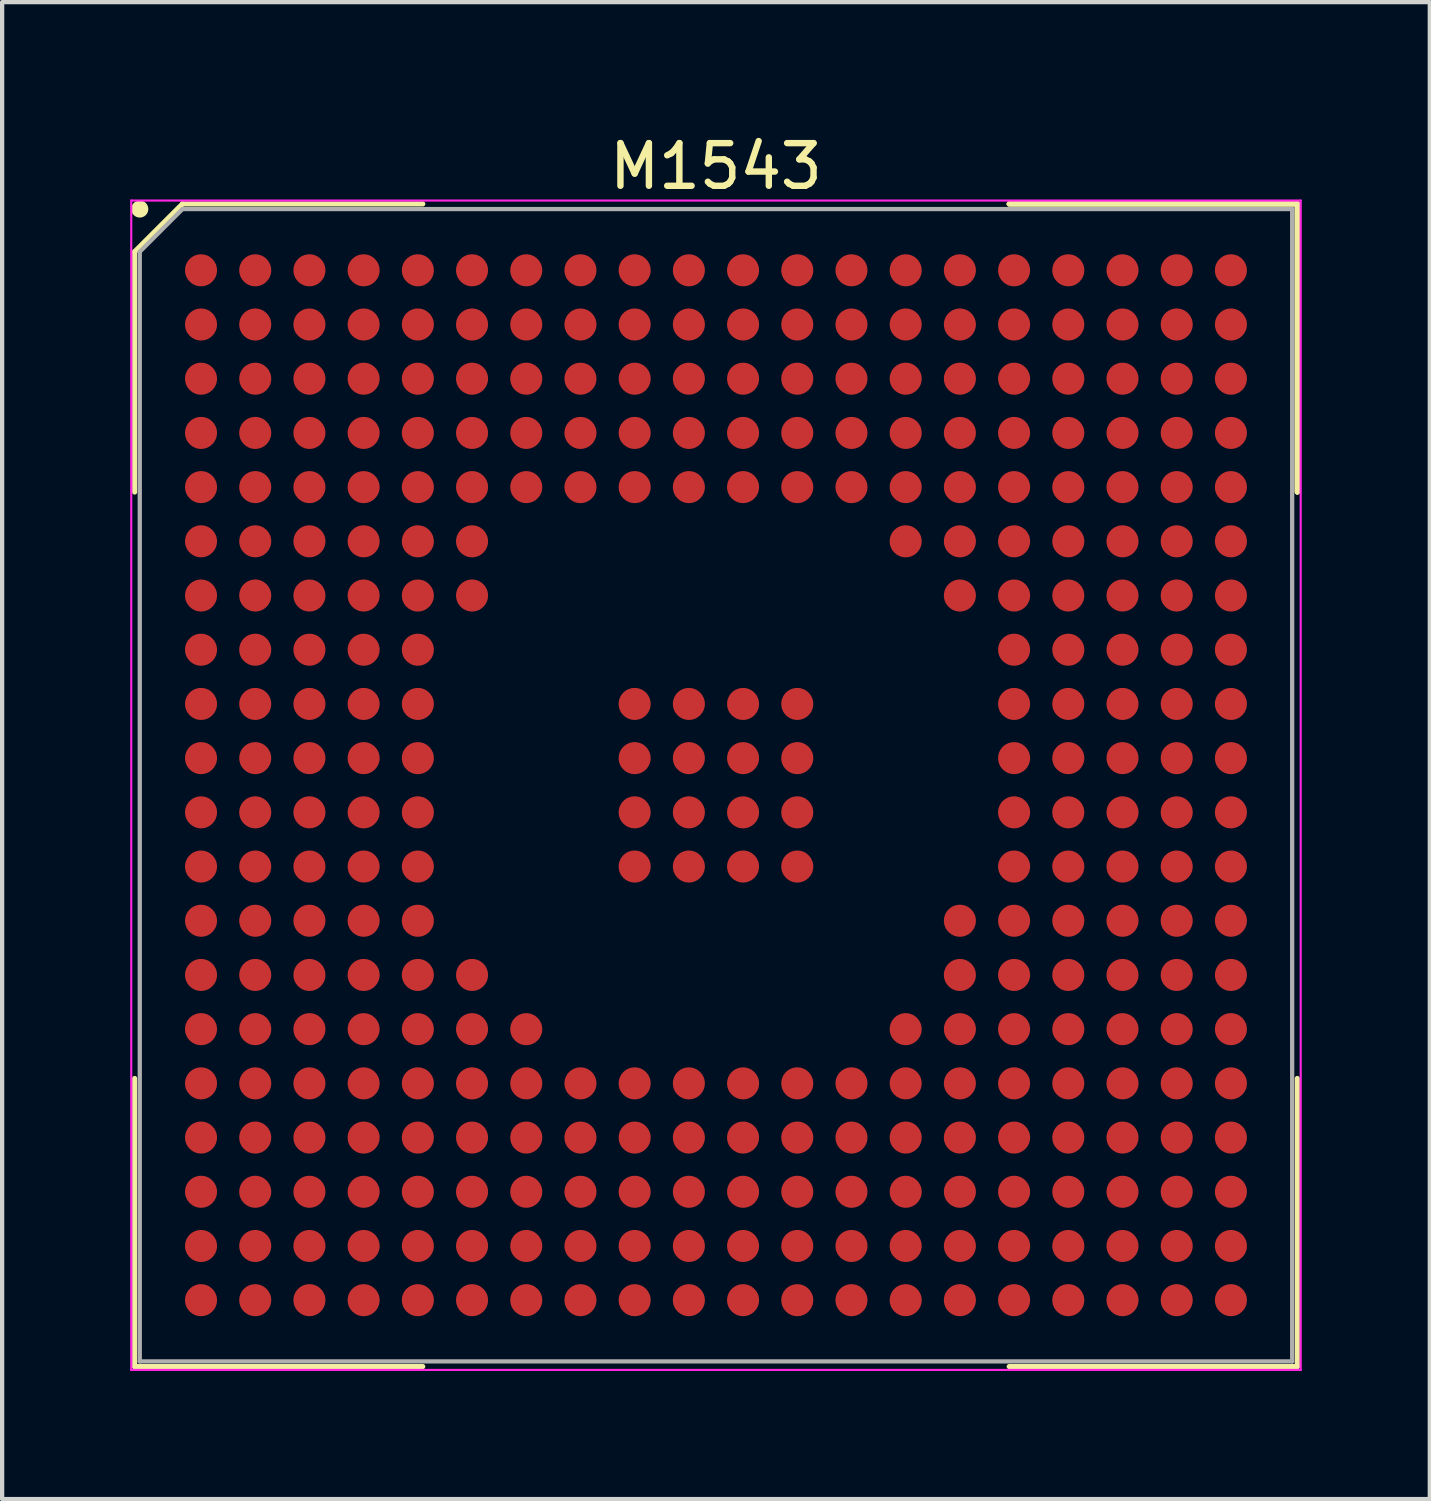
<source format=kicad_pcb>
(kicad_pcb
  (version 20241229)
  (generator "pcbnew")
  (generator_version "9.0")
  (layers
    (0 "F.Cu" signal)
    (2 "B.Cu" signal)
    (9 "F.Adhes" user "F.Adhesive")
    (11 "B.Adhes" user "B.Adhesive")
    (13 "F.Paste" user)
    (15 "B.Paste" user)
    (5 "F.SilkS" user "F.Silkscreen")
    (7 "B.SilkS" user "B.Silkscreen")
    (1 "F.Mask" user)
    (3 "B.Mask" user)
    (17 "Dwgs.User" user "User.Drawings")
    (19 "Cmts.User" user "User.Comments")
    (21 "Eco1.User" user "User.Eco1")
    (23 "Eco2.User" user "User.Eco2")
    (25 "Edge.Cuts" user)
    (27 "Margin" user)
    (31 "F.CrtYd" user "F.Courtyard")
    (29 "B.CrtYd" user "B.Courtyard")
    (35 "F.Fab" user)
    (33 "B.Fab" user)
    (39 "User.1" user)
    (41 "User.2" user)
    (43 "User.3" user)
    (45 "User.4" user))
  (footprint "M1543"
    (layer "F.Cu")
    (at 13.725 15.348)
    (property "Reference" "M1543" (at 0 -14.5 0) (layer "F.SilkS") (effects (font (size 1 1) (thickness 0.15))))
    (attr smd)
    (fp_line (start -13.62 -12.5) (end -13.62 -6.87) (stroke (width 0.12) (type solid)) (layer "F.SilkS"))
    (fp_line (start -13.62 13.62) (end -13.62 6.87) (stroke (width 0.12) (type solid)) (layer "F.SilkS"))
    (fp_line (start -12.5 -13.62) (end -13.62 -12.5) (stroke (width 0.12) (type solid)) (layer "F.SilkS"))
    (fp_line (start -6.87 -13.62) (end -12.5 -13.62) (stroke (width 0.12) (type solid)) (layer "F.SilkS"))
    (fp_line (start -6.87 13.62) (end -13.62 13.62) (stroke (width 0.12) (type solid)) (layer "F.SilkS"))
    (fp_line (start 6.87 -13.62) (end 13.62 -13.62) (stroke (width 0.12) (type solid)) (layer "F.SilkS"))
    (fp_line (start 6.87 -13.62) (end 13.62 -13.62) (stroke (width 0.12) (type solid)) (layer "F.SilkS"))
    (fp_line (start 6.87 -13.62) (end 13.62 -13.62) (stroke (width 0.12) (type solid)) (layer "F.SilkS"))
    (fp_line (start 6.87 13.62) (end 13.62 13.62) (stroke (width 0.12) (type solid)) (layer "F.SilkS"))
    (fp_line (start 13.62 -13.62) (end 13.62 -6.87) (stroke (width 0.12) (type solid)) (layer "F.SilkS"))
    (fp_line (start 13.62 -13.62) (end 13.62 -6.87) (stroke (width 0.12) (type solid)) (layer "F.SilkS"))
    (fp_line (start 13.62 -13.62) (end 13.62 -6.87) (stroke (width 0.12) (type solid)) (layer "F.SilkS"))
    (fp_line (start 13.62 13.62) (end 13.62 6.87) (stroke (width 0.12) (type solid)) (layer "F.SilkS"))
    (fp_circle (center -13.5 -13.5) (end -13.5 -13.4) (stroke (width 0.2) (type solid)) (fill no) (layer "F.SilkS"))
    (fp_line (start -13.7 -13.7) (end 13.7 -13.7) (stroke (width 0.05) (type solid)) (layer "F.CrtYd"))
    (fp_line (start -13.7 13.7) (end -13.7 -13.7) (stroke (width 0.05) (type solid)) (layer "F.CrtYd"))
    (fp_line (start 13.7 -13.7) (end 13.7 13.7) (stroke (width 0.05) (type solid)) (layer "F.CrtYd"))
    (fp_line (start 13.7 13.7) (end -13.7 13.7) (stroke (width 0.05) (type solid)) (layer "F.CrtYd"))
    (fp_line (start -13.5 -12.5) (end -13.5 13.5) (stroke (width 0.1) (type solid)) (layer "F.Fab"))
    (fp_line (start -13.5 13.5) (end 13.5 13.5) (stroke (width 0.1) (type solid)) (layer "F.Fab"))
    (fp_line (start -12.5 -13.5) (end -13.5 -12.5) (stroke (width 0.1) (type solid)) (layer "F.Fab"))
    (fp_line (start 13.5 -13.5) (end -12.5 -13.5) (stroke (width 0.1) (type solid)) (layer "F.Fab"))
    (fp_line (start 13.5 13.5) (end 13.5 -13.5) (stroke (width 0.1) (type solid)) (layer "F.Fab"))
    (pad "A1" smd circle (at -12.065 -12.065) (size 0.75 0.75) (layers "F.Cu" "F.Mask" "F.Paste"))
    (pad "A2" smd circle (at -10.795 -12.065) (size 0.75 0.75) (layers "F.Cu" "F.Mask" "F.Paste"))
    (pad "A3" smd circle (at -9.525 -12.065) (size 0.75 0.75) (layers "F.Cu" "F.Mask" "F.Paste"))
    (pad "A4" smd circle (at -8.255 -12.065) (size 0.75 0.75) (layers "F.Cu" "F.Mask" "F.Paste"))
    (pad "A5" smd circle (at -6.985 -12.065) (size 0.75 0.75) (layers "F.Cu" "F.Mask" "F.Paste"))
    (pad "A6" smd circle (at -5.715 -12.065) (size 0.75 0.75) (layers "F.Cu" "F.Mask" "F.Paste"))
    (pad "A7" smd circle (at -4.445 -12.065) (size 0.75 0.75) (layers "F.Cu" "F.Mask" "F.Paste"))
    (pad "A8" smd circle (at -3.175 -12.065) (size 0.75 0.75) (layers "F.Cu" "F.Mask" "F.Paste"))
    (pad "A9" smd circle (at -1.905 -12.065) (size 0.75 0.75) (layers "F.Cu" "F.Mask" "F.Paste"))
    (pad "A10" smd circle (at -0.635 -12.065) (size 0.75 0.75) (layers "F.Cu" "F.Mask" "F.Paste"))
    (pad "A11" smd circle (at 0.635 -12.065) (size 0.75 0.75) (layers "F.Cu" "F.Mask" "F.Paste"))
    (pad "A12" smd circle (at 1.905 -12.065) (size 0.75 0.75) (layers "F.Cu" "F.Mask" "F.Paste"))
    (pad "A13" smd circle (at 3.175 -12.065) (size 0.75 0.75) (layers "F.Cu" "F.Mask" "F.Paste"))
    (pad "A14" smd circle (at 4.445 -12.065) (size 0.75 0.75) (layers "F.Cu" "F.Mask" "F.Paste"))
    (pad "A15" smd circle (at 5.715 -12.065) (size 0.75 0.75) (layers "F.Cu" "F.Mask" "F.Paste"))
    (pad "A16" smd circle (at 6.985 -12.065) (size 0.75 0.75) (layers "F.Cu" "F.Mask" "F.Paste"))
    (pad "A17" smd circle (at 8.255 -12.065) (size 0.75 0.75) (layers "F.Cu" "F.Mask" "F.Paste"))
    (pad "A18" smd circle (at 9.525 -12.065) (size 0.75 0.75) (layers "F.Cu" "F.Mask" "F.Paste"))
    (pad "A19" smd circle (at 10.795 -12.065) (size 0.75 0.75) (layers "F.Cu" "F.Mask" "F.Paste"))
    (pad "A20" smd circle (at 12.065 -12.065) (size 0.75 0.75) (layers "F.Cu" "F.Mask" "F.Paste"))
    (pad "B1" smd circle (at -12.065 -10.795) (size 0.75 0.75) (layers "F.Cu" "F.Mask" "F.Paste"))
    (pad "B2" smd circle (at -10.795 -10.795) (size 0.75 0.75) (layers "F.Cu" "F.Mask" "F.Paste"))
    (pad "B3" smd circle (at -9.525 -10.795) (size 0.75 0.75) (layers "F.Cu" "F.Mask" "F.Paste"))
    (pad "B4" smd circle (at -8.255 -10.795) (size 0.75 0.75) (layers "F.Cu" "F.Mask" "F.Paste"))
    (pad "B5" smd circle (at -6.985 -10.795) (size 0.75 0.75) (layers "F.Cu" "F.Mask" "F.Paste"))
    (pad "B6" smd circle (at -5.715 -10.795) (size 0.75 0.75) (layers "F.Cu" "F.Mask" "F.Paste"))
    (pad "B7" smd circle (at -4.445 -10.795) (size 0.75 0.75) (layers "F.Cu" "F.Mask" "F.Paste"))
    (pad "B8" smd circle (at -3.175 -10.795) (size 0.75 0.75) (layers "F.Cu" "F.Mask" "F.Paste"))
    (pad "B9" smd circle (at -1.905 -10.795) (size 0.75 0.75) (layers "F.Cu" "F.Mask" "F.Paste"))
    (pad "B10" smd circle (at -0.635 -10.795) (size 0.75 0.75) (layers "F.Cu" "F.Mask" "F.Paste"))
    (pad "B11" smd circle (at 0.635 -10.795) (size 0.75 0.75) (layers "F.Cu" "F.Mask" "F.Paste"))
    (pad "B12" smd circle (at 1.905 -10.795) (size 0.75 0.75) (layers "F.Cu" "F.Mask" "F.Paste"))
    (pad "B13" smd circle (at 3.175 -10.795) (size 0.75 0.75) (layers "F.Cu" "F.Mask" "F.Paste"))
    (pad "B14" smd circle (at 4.445 -10.795) (size 0.75 0.75) (layers "F.Cu" "F.Mask" "F.Paste"))
    (pad "B15" smd circle (at 5.715 -10.795) (size 0.75 0.75) (layers "F.Cu" "F.Mask" "F.Paste"))
    (pad "B16" smd circle (at 6.985 -10.795) (size 0.75 0.75) (layers "F.Cu" "F.Mask" "F.Paste"))
    (pad "B17" smd circle (at 8.255 -10.795) (size 0.75 0.75) (layers "F.Cu" "F.Mask" "F.Paste"))
    (pad "B18" smd circle (at 9.525 -10.795) (size 0.75 0.75) (layers "F.Cu" "F.Mask" "F.Paste"))
    (pad "B19" smd circle (at 10.795 -10.795) (size 0.75 0.75) (layers "F.Cu" "F.Mask" "F.Paste"))
    (pad "B20" smd circle (at 12.065 -10.795) (size 0.75 0.75) (layers "F.Cu" "F.Mask" "F.Paste"))
    (pad "C1" smd circle (at -12.065 -9.525) (size 0.75 0.75) (layers "F.Cu" "F.Mask" "F.Paste"))
    (pad "C2" smd circle (at -10.795 -9.525) (size 0.75 0.75) (layers "F.Cu" "F.Mask" "F.Paste"))
    (pad "C3" smd circle (at -9.525 -9.525) (size 0.75 0.75) (layers "F.Cu" "F.Mask" "F.Paste"))
    (pad "C4" smd circle (at -8.255 -9.525) (size 0.75 0.75) (layers "F.Cu" "F.Mask" "F.Paste"))
    (pad "C5" smd circle (at -6.985 -9.525) (size 0.75 0.75) (layers "F.Cu" "F.Mask" "F.Paste"))
    (pad "C6" smd circle (at -5.715 -9.525) (size 0.75 0.75) (layers "F.Cu" "F.Mask" "F.Paste"))
    (pad "C7" smd circle (at -4.445 -9.525) (size 0.75 0.75) (layers "F.Cu" "F.Mask" "F.Paste"))
    (pad "C8" smd circle (at -3.175 -9.525) (size 0.75 0.75) (layers "F.Cu" "F.Mask" "F.Paste"))
    (pad "C9" smd circle (at -1.905 -9.525) (size 0.75 0.75) (layers "F.Cu" "F.Mask" "F.Paste"))
    (pad "C10" smd circle (at -0.635 -9.525) (size 0.75 0.75) (layers "F.Cu" "F.Mask" "F.Paste"))
    (pad "C11" smd circle (at 0.635 -9.525) (size 0.75 0.75) (layers "F.Cu" "F.Mask" "F.Paste"))
    (pad "C12" smd circle (at 1.905 -9.525) (size 0.75 0.75) (layers "F.Cu" "F.Mask" "F.Paste"))
    (pad "C13" smd circle (at 3.175 -9.525) (size 0.75 0.75) (layers "F.Cu" "F.Mask" "F.Paste"))
    (pad "C14" smd circle (at 4.445 -9.525) (size 0.75 0.75) (layers "F.Cu" "F.Mask" "F.Paste"))
    (pad "C15" smd circle (at 5.715 -9.525) (size 0.75 0.75) (layers "F.Cu" "F.Mask" "F.Paste"))
    (pad "C16" smd circle (at 6.985 -9.525) (size 0.75 0.75) (layers "F.Cu" "F.Mask" "F.Paste"))
    (pad "C17" smd circle (at 8.255 -9.525) (size 0.75 0.75) (layers "F.Cu" "F.Mask" "F.Paste"))
    (pad "C18" smd circle (at 9.525 -9.525) (size 0.75 0.75) (layers "F.Cu" "F.Mask" "F.Paste"))
    (pad "C19" smd circle (at 10.795 -9.525) (size 0.75 0.75) (layers "F.Cu" "F.Mask" "F.Paste"))
    (pad "C20" smd circle (at 12.065 -9.525) (size 0.75 0.75) (layers "F.Cu" "F.Mask" "F.Paste"))
    (pad "D1" smd circle (at -12.065 -8.255) (size 0.75 0.75) (layers "F.Cu" "F.Mask" "F.Paste"))
    (pad "D2" smd circle (at -10.795 -8.255) (size 0.75 0.75) (layers "F.Cu" "F.Mask" "F.Paste"))
    (pad "D3" smd circle (at -9.525 -8.255) (size 0.75 0.75) (layers "F.Cu" "F.Mask" "F.Paste"))
    (pad "D4" smd circle (at -8.255 -8.255) (size 0.75 0.75) (layers "F.Cu" "F.Mask" "F.Paste"))
    (pad "D5" smd circle (at -6.985 -8.255) (size 0.75 0.75) (layers "F.Cu" "F.Mask" "F.Paste"))
    (pad "D6" smd circle (at -5.715 -8.255) (size 0.75 0.75) (layers "F.Cu" "F.Mask" "F.Paste"))
    (pad "D7" smd circle (at -4.445 -8.255) (size 0.75 0.75) (layers "F.Cu" "F.Mask" "F.Paste"))
    (pad "D8" smd circle (at -3.175 -8.255) (size 0.75 0.75) (layers "F.Cu" "F.Mask" "F.Paste"))
    (pad "D9" smd circle (at -1.905 -8.255) (size 0.75 0.75) (layers "F.Cu" "F.Mask" "F.Paste"))
    (pad "D10" smd circle (at -0.635 -8.255) (size 0.75 0.75) (layers "F.Cu" "F.Mask" "F.Paste"))
    (pad "D11" smd circle (at 0.635 -8.255) (size 0.75 0.75) (layers "F.Cu" "F.Mask" "F.Paste"))
    (pad "D12" smd circle (at 1.905 -8.255) (size 0.75 0.75) (layers "F.Cu" "F.Mask" "F.Paste"))
    (pad "D13" smd circle (at 3.175 -8.255) (size 0.75 0.75) (layers "F.Cu" "F.Mask" "F.Paste"))
    (pad "D14" smd circle (at 4.445 -8.255) (size 0.75 0.75) (layers "F.Cu" "F.Mask" "F.Paste"))
    (pad "D15" smd circle (at 5.715 -8.255) (size 0.75 0.75) (layers "F.Cu" "F.Mask" "F.Paste"))
    (pad "D16" smd circle (at 6.985 -8.255) (size 0.75 0.75) (layers "F.Cu" "F.Mask" "F.Paste"))
    (pad "D17" smd circle (at 8.255 -8.255) (size 0.75 0.75) (layers "F.Cu" "F.Mask" "F.Paste"))
    (pad "D18" smd circle (at 9.525 -8.255) (size 0.75 0.75) (layers "F.Cu" "F.Mask" "F.Paste"))
    (pad "D19" smd circle (at 10.795 -8.255) (size 0.75 0.75) (layers "F.Cu" "F.Mask" "F.Paste"))
    (pad "D20" smd circle (at 12.065 -8.255) (size 0.75 0.75) (layers "F.Cu" "F.Mask" "F.Paste"))
    (pad "E1" smd circle (at -12.065 -6.985) (size 0.75 0.75) (layers "F.Cu" "F.Mask" "F.Paste"))
    (pad "E2" smd circle (at -10.795 -6.985) (size 0.75 0.75) (layers "F.Cu" "F.Mask" "F.Paste"))
    (pad "E3" smd circle (at -9.525 -6.985) (size 0.75 0.75) (layers "F.Cu" "F.Mask" "F.Paste"))
    (pad "E4" smd circle (at -8.255 -6.985) (size 0.75 0.75) (layers "F.Cu" "F.Mask" "F.Paste"))
    (pad "E5" smd circle (at -6.985 -6.985) (size 0.75 0.75) (layers "F.Cu" "F.Mask" "F.Paste"))
    (pad "E6" smd circle (at -5.715 -6.985) (size 0.75 0.75) (layers "F.Cu" "F.Mask" "F.Paste"))
    (pad "E7" smd circle (at -4.445 -6.985) (size 0.75 0.75) (layers "F.Cu" "F.Mask" "F.Paste"))
    (pad "E8" smd circle (at -3.175 -6.985) (size 0.75 0.75) (layers "F.Cu" "F.Mask" "F.Paste"))
    (pad "E9" smd circle (at -1.905 -6.985) (size 0.75 0.75) (layers "F.Cu" "F.Mask" "F.Paste"))
    (pad "E10" smd circle (at -0.635 -6.985) (size 0.75 0.75) (layers "F.Cu" "F.Mask" "F.Paste"))
    (pad "E11" smd circle (at 0.635 -6.985) (size 0.75 0.75) (layers "F.Cu" "F.Mask" "F.Paste"))
    (pad "E12" smd circle (at 1.905 -6.985) (size 0.75 0.75) (layers "F.Cu" "F.Mask" "F.Paste"))
    (pad "E13" smd circle (at 3.175 -6.985) (size 0.75 0.75) (layers "F.Cu" "F.Mask" "F.Paste"))
    (pad "E14" smd circle (at 4.445 -6.985) (size 0.75 0.75) (layers "F.Cu" "F.Mask" "F.Paste"))
    (pad "E15" smd circle (at 5.715 -6.985) (size 0.75 0.75) (layers "F.Cu" "F.Mask" "F.Paste"))
    (pad "E16" smd circle (at 6.985 -6.985) (size 0.75 0.75) (layers "F.Cu" "F.Mask" "F.Paste"))
    (pad "E17" smd circle (at 8.255 -6.985) (size 0.75 0.75) (layers "F.Cu" "F.Mask" "F.Paste"))
    (pad "E18" smd circle (at 9.525 -6.985) (size 0.75 0.75) (layers "F.Cu" "F.Mask" "F.Paste"))
    (pad "E19" smd circle (at 10.795 -6.985) (size 0.75 0.75) (layers "F.Cu" "F.Mask" "F.Paste"))
    (pad "E20" smd circle (at 12.065 -6.985) (size 0.75 0.75) (layers "F.Cu" "F.Mask" "F.Paste"))
    (pad "F1" smd circle (at -12.065 -5.715) (size 0.75 0.75) (layers "F.Cu" "F.Mask" "F.Paste"))
    (pad "F2" smd circle (at -10.795 -5.715) (size 0.75 0.75) (layers "F.Cu" "F.Mask" "F.Paste"))
    (pad "F3" smd circle (at -9.525 -5.715) (size 0.75 0.75) (layers "F.Cu" "F.Mask" "F.Paste"))
    (pad "F4" smd circle (at -8.255 -5.715) (size 0.75 0.75) (layers "F.Cu" "F.Mask" "F.Paste"))
    (pad "F5" smd circle (at -6.985 -5.715) (size 0.75 0.75) (layers "F.Cu" "F.Mask" "F.Paste"))
    (pad "F6" smd circle (at -5.715 -5.715) (size 0.75 0.75) (layers "F.Cu" "F.Mask" "F.Paste"))
    (pad "F14" smd circle (at 4.445 -5.715) (size 0.75 0.75) (layers "F.Cu" "F.Mask" "F.Paste"))
    (pad "F15" smd circle (at 5.715 -5.715) (size 0.75 0.75) (layers "F.Cu" "F.Mask" "F.Paste"))
    (pad "F16" smd circle (at 6.985 -5.715) (size 0.75 0.75) (layers "F.Cu" "F.Mask" "F.Paste"))
    (pad "F17" smd circle (at 8.255 -5.715) (size 0.75 0.75) (layers "F.Cu" "F.Mask" "F.Paste"))
    (pad "F18" smd circle (at 9.525 -5.715) (size 0.75 0.75) (layers "F.Cu" "F.Mask" "F.Paste"))
    (pad "F19" smd circle (at 10.795 -5.715) (size 0.75 0.75) (layers "F.Cu" "F.Mask" "F.Paste"))
    (pad "F20" smd circle (at 12.065 -5.715) (size 0.75 0.75) (layers "F.Cu" "F.Mask" "F.Paste"))
    (pad "G1" smd circle (at -12.065 -4.445) (size 0.75 0.75) (layers "F.Cu" "F.Mask" "F.Paste"))
    (pad "G2" smd circle (at -10.795 -4.445) (size 0.75 0.75) (layers "F.Cu" "F.Mask" "F.Paste"))
    (pad "G3" smd circle (at -9.525 -4.445) (size 0.75 0.75) (layers "F.Cu" "F.Mask" "F.Paste"))
    (pad "G4" smd circle (at -8.255 -4.445) (size 0.75 0.75) (layers "F.Cu" "F.Mask" "F.Paste"))
    (pad "G5" smd circle (at -6.985 -4.445) (size 0.75 0.75) (layers "F.Cu" "F.Mask" "F.Paste"))
    (pad "G6" smd circle (at -5.715 -4.445) (size 0.75 0.75) (layers "F.Cu" "F.Mask" "F.Paste"))
    (pad "G15" smd circle (at 5.715 -4.445) (size 0.75 0.75) (layers "F.Cu" "F.Mask" "F.Paste"))
    (pad "G16" smd circle (at 6.985 -4.445) (size 0.75 0.75) (layers "F.Cu" "F.Mask" "F.Paste"))
    (pad "G17" smd circle (at 8.255 -4.445) (size 0.75 0.75) (layers "F.Cu" "F.Mask" "F.Paste"))
    (pad "G18" smd circle (at 9.525 -4.445) (size 0.75 0.75) (layers "F.Cu" "F.Mask" "F.Paste"))
    (pad "G19" smd circle (at 10.795 -4.445) (size 0.75 0.75) (layers "F.Cu" "F.Mask" "F.Paste"))
    (pad "G20" smd circle (at 12.065 -4.445) (size 0.75 0.75) (layers "F.Cu" "F.Mask" "F.Paste"))
    (pad "H1" smd circle (at -12.065 -3.175) (size 0.75 0.75) (layers "F.Cu" "F.Mask" "F.Paste"))
    (pad "H2" smd circle (at -10.795 -3.175) (size 0.75 0.75) (layers "F.Cu" "F.Mask" "F.Paste"))
    (pad "H3" smd circle (at -9.525 -3.175) (size 0.75 0.75) (layers "F.Cu" "F.Mask" "F.Paste"))
    (pad "H4" smd circle (at -8.255 -3.175) (size 0.75 0.75) (layers "F.Cu" "F.Mask" "F.Paste"))
    (pad "H5" smd circle (at -6.985 -3.175) (size 0.75 0.75) (layers "F.Cu" "F.Mask" "F.Paste"))
    (pad "H16" smd circle (at 6.985 -3.175) (size 0.75 0.75) (layers "F.Cu" "F.Mask" "F.Paste"))
    (pad "H17" smd circle (at 8.255 -3.175) (size 0.75 0.75) (layers "F.Cu" "F.Mask" "F.Paste"))
    (pad "H18" smd circle (at 9.525 -3.175) (size 0.75 0.75) (layers "F.Cu" "F.Mask" "F.Paste"))
    (pad "H19" smd circle (at 10.795 -3.175) (size 0.75 0.75) (layers "F.Cu" "F.Mask" "F.Paste"))
    (pad "H20" smd circle (at 12.065 -3.175) (size 0.75 0.75) (layers "F.Cu" "F.Mask" "F.Paste"))
    (pad "J1" smd circle (at -12.065 -1.905) (size 0.75 0.75) (layers "F.Cu" "F.Mask" "F.Paste"))
    (pad "J2" smd circle (at -10.795 -1.905) (size 0.75 0.75) (layers "F.Cu" "F.Mask" "F.Paste"))
    (pad "J3" smd circle (at -9.525 -1.905) (size 0.75 0.75) (layers "F.Cu" "F.Mask" "F.Paste"))
    (pad "J4" smd circle (at -8.255 -1.905) (size 0.75 0.75) (layers "F.Cu" "F.Mask" "F.Paste"))
    (pad "J5" smd circle (at -6.985 -1.905) (size 0.75 0.75) (layers "F.Cu" "F.Mask" "F.Paste"))
    (pad "J9" smd circle (at -1.905 -1.905) (size 0.75 0.75) (layers "F.Cu" "F.Mask" "F.Paste"))
    (pad "J10" smd circle (at -0.635 -1.905) (size 0.75 0.75) (layers "F.Cu" "F.Mask" "F.Paste"))
    (pad "J11" smd circle (at 0.635 -1.905) (size 0.75 0.75) (layers "F.Cu" "F.Mask" "F.Paste"))
    (pad "J12" smd circle (at 1.905 -1.905) (size 0.75 0.75) (layers "F.Cu" "F.Mask" "F.Paste"))
    (pad "J16" smd circle (at 6.985 -1.905) (size 0.75 0.75) (layers "F.Cu" "F.Mask" "F.Paste"))
    (pad "J17" smd circle (at 8.255 -1.905) (size 0.75 0.75) (layers "F.Cu" "F.Mask" "F.Paste"))
    (pad "J18" smd circle (at 9.525 -1.905) (size 0.75 0.75) (layers "F.Cu" "F.Mask" "F.Paste"))
    (pad "J19" smd circle (at 10.795 -1.905) (size 0.75 0.75) (layers "F.Cu" "F.Mask" "F.Paste"))
    (pad "J20" smd circle (at 12.065 -1.905) (size 0.75 0.75) (layers "F.Cu" "F.Mask" "F.Paste"))
    (pad "K1" smd circle (at -12.065 -0.635) (size 0.75 0.75) (layers "F.Cu" "F.Mask" "F.Paste"))
    (pad "K2" smd circle (at -10.795 -0.635) (size 0.75 0.75) (layers "F.Cu" "F.Mask" "F.Paste"))
    (pad "K3" smd circle (at -9.525 -0.635) (size 0.75 0.75) (layers "F.Cu" "F.Mask" "F.Paste"))
    (pad "K4" smd circle (at -8.255 -0.635) (size 0.75 0.75) (layers "F.Cu" "F.Mask" "F.Paste"))
    (pad "K5" smd circle (at -6.985 -0.635) (size 0.75 0.75) (layers "F.Cu" "F.Mask" "F.Paste"))
    (pad "K9" smd circle (at -1.905 -0.635) (size 0.75 0.75) (layers "F.Cu" "F.Mask" "F.Paste"))
    (pad "K10" smd circle (at -0.635 -0.635) (size 0.75 0.75) (layers "F.Cu" "F.Mask" "F.Paste"))
    (pad "K11" smd circle (at 0.635 -0.635) (size 0.75 0.75) (layers "F.Cu" "F.Mask" "F.Paste"))
    (pad "K12" smd circle (at 1.905 -0.635) (size 0.75 0.75) (layers "F.Cu" "F.Mask" "F.Paste"))
    (pad "K16" smd circle (at 6.985 -0.635) (size 0.75 0.75) (layers "F.Cu" "F.Mask" "F.Paste"))
    (pad "K17" smd circle (at 8.255 -0.635) (size 0.75 0.75) (layers "F.Cu" "F.Mask" "F.Paste"))
    (pad "K18" smd circle (at 9.525 -0.635) (size 0.75 0.75) (layers "F.Cu" "F.Mask" "F.Paste"))
    (pad "K19" smd circle (at 10.795 -0.635) (size 0.75 0.75) (layers "F.Cu" "F.Mask" "F.Paste"))
    (pad "K20" smd circle (at 12.065 -0.635) (size 0.75 0.75) (layers "F.Cu" "F.Mask" "F.Paste"))
    (pad "L1" smd circle (at -12.065 0.635) (size 0.75 0.75) (layers "F.Cu" "F.Mask" "F.Paste"))
    (pad "L2" smd circle (at -10.795 0.635) (size 0.75 0.75) (layers "F.Cu" "F.Mask" "F.Paste"))
    (pad "L3" smd circle (at -9.525 0.635) (size 0.75 0.75) (layers "F.Cu" "F.Mask" "F.Paste"))
    (pad "L4" smd circle (at -8.255 0.635) (size 0.75 0.75) (layers "F.Cu" "F.Mask" "F.Paste"))
    (pad "L5" smd circle (at -6.985 0.635) (size 0.75 0.75) (layers "F.Cu" "F.Mask" "F.Paste"))
    (pad "L9" smd circle (at -1.905 0.635) (size 0.75 0.75) (layers "F.Cu" "F.Mask" "F.Paste"))
    (pad "L10" smd circle (at -0.635 0.635) (size 0.75 0.75) (layers "F.Cu" "F.Mask" "F.Paste"))
    (pad "L11" smd circle (at 0.635 0.635) (size 0.75 0.75) (layers "F.Cu" "F.Mask" "F.Paste"))
    (pad "L12" smd circle (at 1.905 0.635) (size 0.75 0.75) (layers "F.Cu" "F.Mask" "F.Paste"))
    (pad "L16" smd circle (at 6.985 0.635) (size 0.75 0.75) (layers "F.Cu" "F.Mask" "F.Paste"))
    (pad "L17" smd circle (at 8.255 0.635) (size 0.75 0.75) (layers "F.Cu" "F.Mask" "F.Paste"))
    (pad "L18" smd circle (at 9.525 0.635) (size 0.75 0.75) (layers "F.Cu" "F.Mask" "F.Paste"))
    (pad "L19" smd circle (at 10.795 0.635) (size 0.75 0.75) (layers "F.Cu" "F.Mask" "F.Paste"))
    (pad "L20" smd circle (at 12.065 0.635) (size 0.75 0.75) (layers "F.Cu" "F.Mask" "F.Paste"))
    (pad "M1" smd circle (at -12.065 1.905) (size 0.75 0.75) (layers "F.Cu" "F.Mask" "F.Paste"))
    (pad "M2" smd circle (at -10.795 1.905) (size 0.75 0.75) (layers "F.Cu" "F.Mask" "F.Paste"))
    (pad "M3" smd circle (at -9.525 1.905) (size 0.75 0.75) (layers "F.Cu" "F.Mask" "F.Paste"))
    (pad "M4" smd circle (at -8.255 1.905) (size 0.75 0.75) (layers "F.Cu" "F.Mask" "F.Paste"))
    (pad "M5" smd circle (at -6.985 1.905) (size 0.75 0.75) (layers "F.Cu" "F.Mask" "F.Paste"))
    (pad "M9" smd circle (at -1.905 1.905) (size 0.75 0.75) (layers "F.Cu" "F.Mask" "F.Paste"))
    (pad "M10" smd circle (at -0.635 1.905) (size 0.75 0.75) (layers "F.Cu" "F.Mask" "F.Paste"))
    (pad "M11" smd circle (at 0.635 1.905) (size 0.75 0.75) (layers "F.Cu" "F.Mask" "F.Paste"))
    (pad "M12" smd circle (at 1.905 1.905) (size 0.75 0.75) (layers "F.Cu" "F.Mask" "F.Paste"))
    (pad "M16" smd circle (at 6.985 1.905) (size 0.75 0.75) (layers "F.Cu" "F.Mask" "F.Paste"))
    (pad "M17" smd circle (at 8.255 1.905) (size 0.75 0.75) (layers "F.Cu" "F.Mask" "F.Paste"))
    (pad "M18" smd circle (at 9.525 1.905) (size 0.75 0.75) (layers "F.Cu" "F.Mask" "F.Paste"))
    (pad "M19" smd circle (at 10.795 1.905) (size 0.75 0.75) (layers "F.Cu" "F.Mask" "F.Paste"))
    (pad "M20" smd circle (at 12.065 1.905) (size 0.75 0.75) (layers "F.Cu" "F.Mask" "F.Paste"))
    (pad "N1" smd circle (at -12.065 3.175) (size 0.75 0.75) (layers "F.Cu" "F.Mask" "F.Paste"))
    (pad "N2" smd circle (at -10.795 3.175) (size 0.75 0.75) (layers "F.Cu" "F.Mask" "F.Paste"))
    (pad "N3" smd circle (at -9.525 3.175) (size 0.75 0.75) (layers "F.Cu" "F.Mask" "F.Paste"))
    (pad "N4" smd circle (at -8.255 3.175) (size 0.75 0.75) (layers "F.Cu" "F.Mask" "F.Paste"))
    (pad "N5" smd circle (at -6.985 3.175) (size 0.75 0.75) (layers "F.Cu" "F.Mask" "F.Paste"))
    (pad "N15" smd circle (at 5.715 3.175) (size 0.75 0.75) (layers "F.Cu" "F.Mask" "F.Paste"))
    (pad "N16" smd circle (at 6.985 3.175) (size 0.75 0.75) (layers "F.Cu" "F.Mask" "F.Paste"))
    (pad "N17" smd circle (at 8.255 3.175) (size 0.75 0.75) (layers "F.Cu" "F.Mask" "F.Paste"))
    (pad "N18" smd circle (at 9.525 3.175) (size 0.75 0.75) (layers "F.Cu" "F.Mask" "F.Paste"))
    (pad "N19" smd circle (at 10.795 3.175) (size 0.75 0.75) (layers "F.Cu" "F.Mask" "F.Paste"))
    (pad "N20" smd circle (at 12.065 3.175) (size 0.75 0.75) (layers "F.Cu" "F.Mask" "F.Paste"))
    (pad "P1" smd circle (at -12.065 4.445) (size 0.75 0.75) (layers "F.Cu" "F.Mask" "F.Paste"))
    (pad "P2" smd circle (at -10.795 4.445) (size 0.75 0.75) (layers "F.Cu" "F.Mask" "F.Paste"))
    (pad "P3" smd circle (at -9.525 4.445) (size 0.75 0.75) (layers "F.Cu" "F.Mask" "F.Paste"))
    (pad "P4" smd circle (at -8.255 4.445) (size 0.75 0.75) (layers "F.Cu" "F.Mask" "F.Paste"))
    (pad "P5" smd circle (at -6.985 4.445) (size 0.75 0.75) (layers "F.Cu" "F.Mask" "F.Paste"))
    (pad "P6" smd circle (at -5.715 4.445) (size 0.75 0.75) (layers "F.Cu" "F.Mask" "F.Paste"))
    (pad "P15" smd circle (at 5.715 4.445) (size 0.75 0.75) (layers "F.Cu" "F.Mask" "F.Paste"))
    (pad "P16" smd circle (at 6.985 4.445) (size 0.75 0.75) (layers "F.Cu" "F.Mask" "F.Paste"))
    (pad "P17" smd circle (at 8.255 4.445) (size 0.75 0.75) (layers "F.Cu" "F.Mask" "F.Paste"))
    (pad "P18" smd circle (at 9.525 4.445) (size 0.75 0.75) (layers "F.Cu" "F.Mask" "F.Paste"))
    (pad "P19" smd circle (at 10.795 4.445) (size 0.75 0.75) (layers "F.Cu" "F.Mask" "F.Paste"))
    (pad "P20" smd circle (at 12.065 4.445) (size 0.75 0.75) (layers "F.Cu" "F.Mask" "F.Paste"))
    (pad "R1" smd circle (at -12.065 5.715) (size 0.75 0.75) (layers "F.Cu" "F.Mask" "F.Paste"))
    (pad "R2" smd circle (at -10.795 5.715) (size 0.75 0.75) (layers "F.Cu" "F.Mask" "F.Paste"))
    (pad "R3" smd circle (at -9.525 5.715) (size 0.75 0.75) (layers "F.Cu" "F.Mask" "F.Paste"))
    (pad "R4" smd circle (at -8.255 5.715) (size 0.75 0.75) (layers "F.Cu" "F.Mask" "F.Paste"))
    (pad "R5" smd circle (at -6.985 5.715) (size 0.75 0.75) (layers "F.Cu" "F.Mask" "F.Paste"))
    (pad "R6" smd circle (at -5.715 5.715) (size 0.75 0.75) (layers "F.Cu" "F.Mask" "F.Paste"))
    (pad "R7" smd circle (at -4.445 5.715) (size 0.75 0.75) (layers "F.Cu" "F.Mask" "F.Paste"))
    (pad "R14" smd circle (at 4.445 5.715) (size 0.75 0.75) (layers "F.Cu" "F.Mask" "F.Paste"))
    (pad "R15" smd circle (at 5.715 5.715) (size 0.75 0.75) (layers "F.Cu" "F.Mask" "F.Paste"))
    (pad "R16" smd circle (at 6.985 5.715) (size 0.75 0.75) (layers "F.Cu" "F.Mask" "F.Paste"))
    (pad "R17" smd circle (at 8.255 5.715) (size 0.75 0.75) (layers "F.Cu" "F.Mask" "F.Paste"))
    (pad "R18" smd circle (at 9.525 5.715) (size 0.75 0.75) (layers "F.Cu" "F.Mask" "F.Paste"))
    (pad "R19" smd circle (at 10.795 5.715) (size 0.75 0.75) (layers "F.Cu" "F.Mask" "F.Paste"))
    (pad "R20" smd circle (at 12.065 5.715) (size 0.75 0.75) (layers "F.Cu" "F.Mask" "F.Paste"))
    (pad "T1" smd circle (at -12.065 6.985) (size 0.75 0.75) (layers "F.Cu" "F.Mask" "F.Paste"))
    (pad "T2" smd circle (at -10.795 6.985) (size 0.75 0.75) (layers "F.Cu" "F.Mask" "F.Paste"))
    (pad "T3" smd circle (at -9.525 6.985) (size 0.75 0.75) (layers "F.Cu" "F.Mask" "F.Paste"))
    (pad "T4" smd circle (at -8.255 6.985) (size 0.75 0.75) (layers "F.Cu" "F.Mask" "F.Paste"))
    (pad "T5" smd circle (at -6.985 6.985) (size 0.75 0.75) (layers "F.Cu" "F.Mask" "F.Paste"))
    (pad "T6" smd circle (at -5.715 6.985) (size 0.75 0.75) (layers "F.Cu" "F.Mask" "F.Paste"))
    (pad "T7" smd circle (at -4.445 6.985) (size 0.75 0.75) (layers "F.Cu" "F.Mask" "F.Paste"))
    (pad "T8" smd circle (at -3.175 6.985) (size 0.75 0.75) (layers "F.Cu" "F.Mask" "F.Paste"))
    (pad "T9" smd circle (at -1.905 6.985) (size 0.75 0.75) (layers "F.Cu" "F.Mask" "F.Paste"))
    (pad "T10" smd circle (at -0.635 6.985) (size 0.75 0.75) (layers "F.Cu" "F.Mask" "F.Paste"))
    (pad "T11" smd circle (at 0.635 6.985) (size 0.75 0.75) (layers "F.Cu" "F.Mask" "F.Paste"))
    (pad "T12" smd circle (at 1.905 6.985) (size 0.75 0.75) (layers "F.Cu" "F.Mask" "F.Paste"))
    (pad "T13" smd circle (at 3.175 6.985) (size 0.75 0.75) (layers "F.Cu" "F.Mask" "F.Paste"))
    (pad "T14" smd circle (at 4.445 6.985) (size 0.75 0.75) (layers "F.Cu" "F.Mask" "F.Paste"))
    (pad "T15" smd circle (at 5.715 6.985) (size 0.75 0.75) (layers "F.Cu" "F.Mask" "F.Paste"))
    (pad "T16" smd circle (at 6.985 6.985) (size 0.75 0.75) (layers "F.Cu" "F.Mask" "F.Paste"))
    (pad "T17" smd circle (at 8.255 6.985) (size 0.75 0.75) (layers "F.Cu" "F.Mask" "F.Paste"))
    (pad "T18" smd circle (at 9.525 6.985) (size 0.75 0.75) (layers "F.Cu" "F.Mask" "F.Paste"))
    (pad "T19" smd circle (at 10.795 6.985) (size 0.75 0.75) (layers "F.Cu" "F.Mask" "F.Paste"))
    (pad "T20" smd circle (at 12.065 6.985) (size 0.75 0.75) (layers "F.Cu" "F.Mask" "F.Paste"))
    (pad "U1" smd circle (at -12.065 8.255) (size 0.75 0.75) (layers "F.Cu" "F.Mask" "F.Paste"))
    (pad "U2" smd circle (at -10.795 8.255) (size 0.75 0.75) (layers "F.Cu" "F.Mask" "F.Paste"))
    (pad "U3" smd circle (at -9.525 8.255) (size 0.75 0.75) (layers "F.Cu" "F.Mask" "F.Paste"))
    (pad "U4" smd circle (at -8.255 8.255) (size 0.75 0.75) (layers "F.Cu" "F.Mask" "F.Paste"))
    (pad "U5" smd circle (at -6.985 8.255) (size 0.75 0.75) (layers "F.Cu" "F.Mask" "F.Paste"))
    (pad "U6" smd circle (at -5.715 8.255) (size 0.75 0.75) (layers "F.Cu" "F.Mask" "F.Paste"))
    (pad "U7" smd circle (at -4.445 8.255) (size 0.75 0.75) (layers "F.Cu" "F.Mask" "F.Paste"))
    (pad "U8" smd circle (at -3.175 8.255) (size 0.75 0.75) (layers "F.Cu" "F.Mask" "F.Paste"))
    (pad "U9" smd circle (at -1.905 8.255) (size 0.75 0.75) (layers "F.Cu" "F.Mask" "F.Paste"))
    (pad "U10" smd circle (at -0.635 8.255) (size 0.75 0.75) (layers "F.Cu" "F.Mask" "F.Paste"))
    (pad "U11" smd circle (at 0.635 8.255) (size 0.75 0.75) (layers "F.Cu" "F.Mask" "F.Paste"))
    (pad "U12" smd circle (at 1.905 8.255) (size 0.75 0.75) (layers "F.Cu" "F.Mask" "F.Paste"))
    (pad "U13" smd circle (at 3.175 8.255) (size 0.75 0.75) (layers "F.Cu" "F.Mask" "F.Paste"))
    (pad "U14" smd circle (at 4.445 8.255) (size 0.75 0.75) (layers "F.Cu" "F.Mask" "F.Paste"))
    (pad "U15" smd circle (at 5.715 8.255) (size 0.75 0.75) (layers "F.Cu" "F.Mask" "F.Paste"))
    (pad "U16" smd circle (at 6.985 8.255) (size 0.75 0.75) (layers "F.Cu" "F.Mask" "F.Paste"))
    (pad "U17" smd circle (at 8.255 8.255) (size 0.75 0.75) (layers "F.Cu" "F.Mask" "F.Paste"))
    (pad "U18" smd circle (at 9.525 8.255) (size 0.75 0.75) (layers "F.Cu" "F.Mask" "F.Paste"))
    (pad "U19" smd circle (at 10.795 8.255) (size 0.75 0.75) (layers "F.Cu" "F.Mask" "F.Paste"))
    (pad "U20" smd circle (at 12.065 8.255) (size 0.75 0.75) (layers "F.Cu" "F.Mask" "F.Paste"))
    (pad "V1" smd circle (at -12.065 9.525) (size 0.75 0.75) (layers "F.Cu" "F.Mask" "F.Paste"))
    (pad "V2" smd circle (at -10.795 9.525) (size 0.75 0.75) (layers "F.Cu" "F.Mask" "F.Paste"))
    (pad "V3" smd circle (at -9.525 9.525) (size 0.75 0.75) (layers "F.Cu" "F.Mask" "F.Paste"))
    (pad "V4" smd circle (at -8.255 9.525) (size 0.75 0.75) (layers "F.Cu" "F.Mask" "F.Paste"))
    (pad "V5" smd circle (at -6.985 9.525) (size 0.75 0.75) (layers "F.Cu" "F.Mask" "F.Paste"))
    (pad "V6" smd circle (at -5.715 9.525) (size 0.75 0.75) (layers "F.Cu" "F.Mask" "F.Paste"))
    (pad "V7" smd circle (at -4.445 9.525) (size 0.75 0.75) (layers "F.Cu" "F.Mask" "F.Paste"))
    (pad "V8" smd circle (at -3.175 9.525) (size 0.75 0.75) (layers "F.Cu" "F.Mask" "F.Paste"))
    (pad "V9" smd circle (at -1.905 9.525) (size 0.75 0.75) (layers "F.Cu" "F.Mask" "F.Paste"))
    (pad "V10" smd circle (at -0.635 9.525) (size 0.75 0.75) (layers "F.Cu" "F.Mask" "F.Paste"))
    (pad "V11" smd circle (at 0.635 9.525) (size 0.75 0.75) (layers "F.Cu" "F.Mask" "F.Paste"))
    (pad "V12" smd circle (at 1.905 9.525) (size 0.75 0.75) (layers "F.Cu" "F.Mask" "F.Paste"))
    (pad "V13" smd circle (at 3.175 9.525) (size 0.75 0.75) (layers "F.Cu" "F.Mask" "F.Paste"))
    (pad "V14" smd circle (at 4.445 9.525) (size 0.75 0.75) (layers "F.Cu" "F.Mask" "F.Paste"))
    (pad "V15" smd circle (at 5.715 9.525) (size 0.75 0.75) (layers "F.Cu" "F.Mask" "F.Paste"))
    (pad "V16" smd circle (at 6.985 9.525) (size 0.75 0.75) (layers "F.Cu" "F.Mask" "F.Paste"))
    (pad "V17" smd circle (at 8.255 9.525) (size 0.75 0.75) (layers "F.Cu" "F.Mask" "F.Paste"))
    (pad "V18" smd circle (at 9.525 9.525) (size 0.75 0.75) (layers "F.Cu" "F.Mask" "F.Paste"))
    (pad "V19" smd circle (at 10.795 9.525) (size 0.75 0.75) (layers "F.Cu" "F.Mask" "F.Paste"))
    (pad "V20" smd circle (at 12.065 9.525) (size 0.75 0.75) (layers "F.Cu" "F.Mask" "F.Paste"))
    (pad "W1" smd circle (at -12.065 10.795) (size 0.75 0.75) (layers "F.Cu" "F.Mask" "F.Paste"))
    (pad "W2" smd circle (at -10.795 10.795) (size 0.75 0.75) (layers "F.Cu" "F.Mask" "F.Paste"))
    (pad "W3" smd circle (at -9.525 10.795) (size 0.75 0.75) (layers "F.Cu" "F.Mask" "F.Paste"))
    (pad "W4" smd circle (at -8.255 10.795) (size 0.75 0.75) (layers "F.Cu" "F.Mask" "F.Paste"))
    (pad "W5" smd circle (at -6.985 10.795) (size 0.75 0.75) (layers "F.Cu" "F.Mask" "F.Paste"))
    (pad "W6" smd circle (at -5.715 10.795) (size 0.75 0.75) (layers "F.Cu" "F.Mask" "F.Paste"))
    (pad "W7" smd circle (at -4.445 10.795) (size 0.75 0.75) (layers "F.Cu" "F.Mask" "F.Paste"))
    (pad "W8" smd circle (at -3.175 10.795) (size 0.75 0.75) (layers "F.Cu" "F.Mask" "F.Paste"))
    (pad "W9" smd circle (at -1.905 10.795) (size 0.75 0.75) (layers "F.Cu" "F.Mask" "F.Paste"))
    (pad "W10" smd circle (at -0.635 10.795) (size 0.75 0.75) (layers "F.Cu" "F.Mask" "F.Paste"))
    (pad "W11" smd circle (at 0.635 10.795) (size 0.75 0.75) (layers "F.Cu" "F.Mask" "F.Paste"))
    (pad "W12" smd circle (at 1.905 10.795) (size 0.75 0.75) (layers "F.Cu" "F.Mask" "F.Paste"))
    (pad "W13" smd circle (at 3.175 10.795) (size 0.75 0.75) (layers "F.Cu" "F.Mask" "F.Paste"))
    (pad "W14" smd circle (at 4.445 10.795) (size 0.75 0.75) (layers "F.Cu" "F.Mask" "F.Paste"))
    (pad "W15" smd circle (at 5.715 10.795) (size 0.75 0.75) (layers "F.Cu" "F.Mask" "F.Paste"))
    (pad "W16" smd circle (at 6.985 10.795) (size 0.75 0.75) (layers "F.Cu" "F.Mask" "F.Paste"))
    (pad "W17" smd circle (at 8.255 10.795) (size 0.75 0.75) (layers "F.Cu" "F.Mask" "F.Paste"))
    (pad "W18" smd circle (at 9.525 10.795) (size 0.75 0.75) (layers "F.Cu" "F.Mask" "F.Paste"))
    (pad "W19" smd circle (at 10.795 10.795) (size 0.75 0.75) (layers "F.Cu" "F.Mask" "F.Paste"))
    (pad "W20" smd circle (at 12.065 10.795) (size 0.75 0.75) (layers "F.Cu" "F.Mask" "F.Paste"))
    (pad "Y1" smd circle (at -12.065 12.065) (size 0.75 0.75) (layers "F.Cu" "F.Mask" "F.Paste"))
    (pad "Y2" smd circle (at -10.795 12.065) (size 0.75 0.75) (layers "F.Cu" "F.Mask" "F.Paste"))
    (pad "Y3" smd circle (at -9.525 12.065) (size 0.75 0.75) (layers "F.Cu" "F.Mask" "F.Paste"))
    (pad "Y4" smd circle (at -8.255 12.065) (size 0.75 0.75) (layers "F.Cu" "F.Mask" "F.Paste"))
    (pad "Y5" smd circle (at -6.985 12.065) (size 0.75 0.75) (layers "F.Cu" "F.Mask" "F.Paste"))
    (pad "Y6" smd circle (at -5.715 12.065) (size 0.75 0.75) (layers "F.Cu" "F.Mask" "F.Paste"))
    (pad "Y7" smd circle (at -4.445 12.065) (size 0.75 0.75) (layers "F.Cu" "F.Mask" "F.Paste"))
    (pad "Y8" smd circle (at -3.175 12.065) (size 0.75 0.75) (layers "F.Cu" "F.Mask" "F.Paste"))
    (pad "Y9" smd circle (at -1.905 12.065) (size 0.75 0.75) (layers "F.Cu" "F.Mask" "F.Paste"))
    (pad "Y10" smd circle (at -0.635 12.065) (size 0.75 0.75) (layers "F.Cu" "F.Mask" "F.Paste"))
    (pad "Y11" smd circle (at 0.635 12.065) (size 0.75 0.75) (layers "F.Cu" "F.Mask" "F.Paste"))
    (pad "Y12" smd circle (at 1.905 12.065) (size 0.75 0.75) (layers "F.Cu" "F.Mask" "F.Paste"))
    (pad "Y13" smd circle (at 3.175 12.065) (size 0.75 0.75) (layers "F.Cu" "F.Mask" "F.Paste"))
    (pad "Y14" smd circle (at 4.445 12.065) (size 0.75 0.75) (layers "F.Cu" "F.Mask" "F.Paste"))
    (pad "Y15" smd circle (at 5.715 12.065) (size 0.75 0.75) (layers "F.Cu" "F.Mask" "F.Paste"))
    (pad "Y16" smd circle (at 6.985 12.065) (size 0.75 0.75) (layers "F.Cu" "F.Mask" "F.Paste"))
    (pad "Y17" smd circle (at 8.255 12.065) (size 0.75 0.75) (layers "F.Cu" "F.Mask" "F.Paste"))
    (pad "Y18" smd circle (at 9.525 12.065) (size 0.75 0.75) (layers "F.Cu" "F.Mask" "F.Paste"))
    (pad "Y19" smd circle (at 10.795 12.065) (size 0.75 0.75) (layers "F.Cu" "F.Mask" "F.Paste"))
    (pad "Y20" smd circle (at 12.065 12.065) (size 0.75 0.75) (layers "F.Cu" "F.Mask" "F.Paste")))
  (gr_rect
    (start -3 -3)
    (end 30.45 32.073)
    (stroke (width 0.1) (type default))
    (fill no)
    (layer "Edge.Cuts")))
</source>
